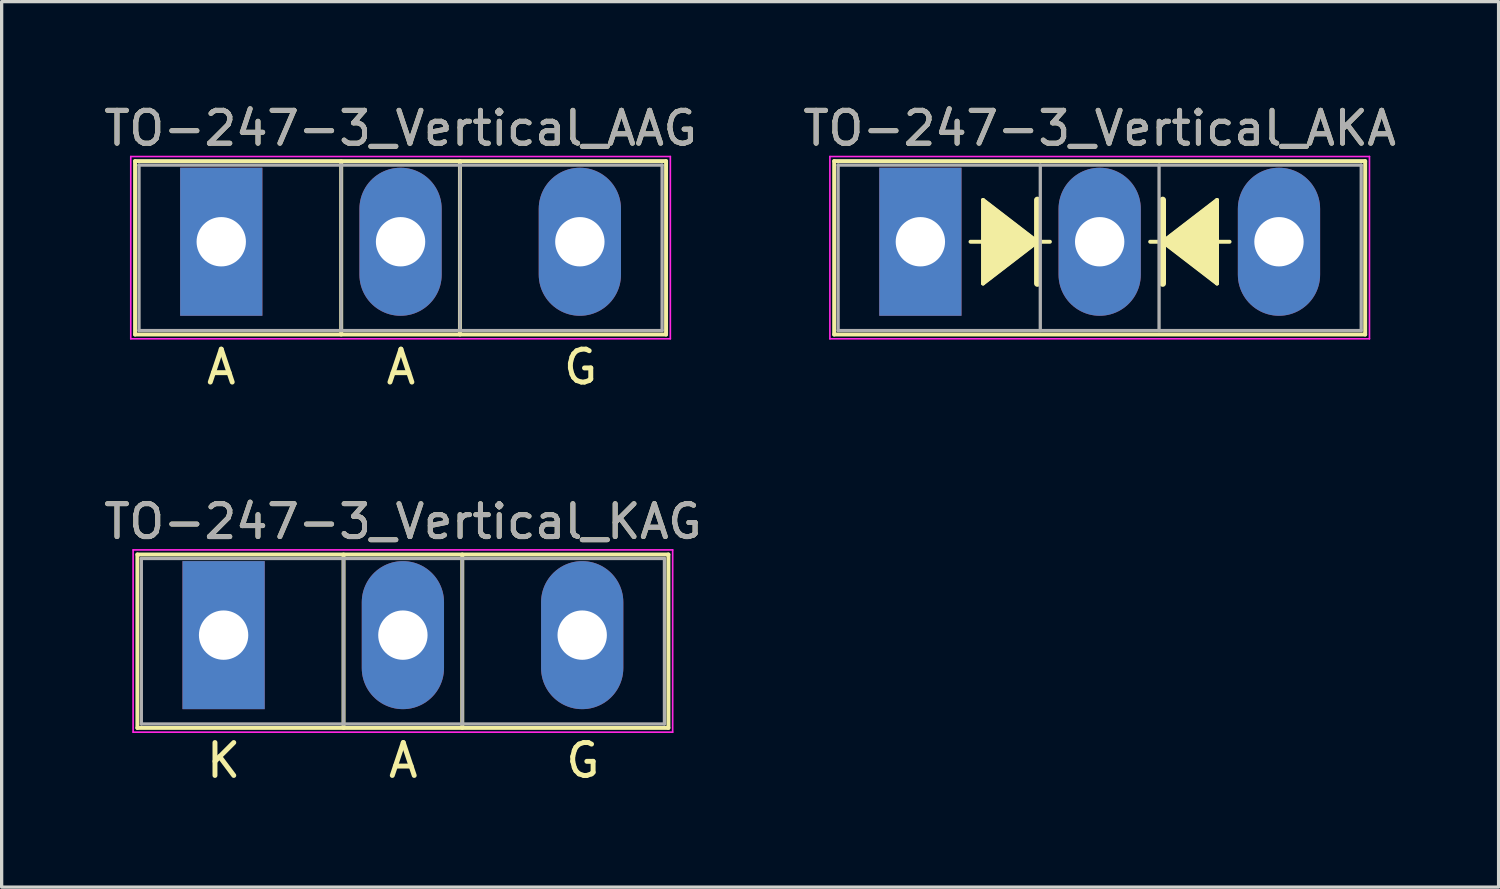
<source format=kicad_pcb>
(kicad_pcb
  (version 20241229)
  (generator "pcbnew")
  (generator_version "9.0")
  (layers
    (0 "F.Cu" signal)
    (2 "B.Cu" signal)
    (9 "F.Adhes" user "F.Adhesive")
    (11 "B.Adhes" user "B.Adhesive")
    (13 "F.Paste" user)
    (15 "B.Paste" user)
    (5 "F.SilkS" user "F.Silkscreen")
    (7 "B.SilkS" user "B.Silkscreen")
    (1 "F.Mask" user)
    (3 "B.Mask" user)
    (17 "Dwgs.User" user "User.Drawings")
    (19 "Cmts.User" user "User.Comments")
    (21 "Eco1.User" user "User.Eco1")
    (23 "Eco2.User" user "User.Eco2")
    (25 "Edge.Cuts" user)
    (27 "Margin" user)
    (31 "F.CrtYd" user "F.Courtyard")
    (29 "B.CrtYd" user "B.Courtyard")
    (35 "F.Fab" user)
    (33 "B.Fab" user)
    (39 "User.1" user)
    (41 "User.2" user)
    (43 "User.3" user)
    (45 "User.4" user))
  (footprint "TO-247-3_Vertical_AAG"
    (layer "F.Cu")
    (at 3.675 4.298)
    (property "Reference" "TO-247-3_Vertical_AAG" (at 5.45 -3.45 0) (layer "F.SilkS") (effects (font (size 1 1) (thickness 0.15))))
    (fp_line (start -2.62 -2.451) (end -2.62 2.82) (stroke (width 0.12) (type solid)) (layer "F.SilkS"))
    (fp_line (start -2.62 -2.451) (end 13.52 -2.451) (stroke (width 0.12) (type solid)) (layer "F.SilkS"))
    (fp_line (start -2.62 2.82) (end 13.52 2.82) (stroke (width 0.12) (type solid)) (layer "F.SilkS"))
    (fp_line (start 3.646 -2.451) (end 3.646 2.82) (stroke (width 0.12) (type solid)) (layer "F.SilkS"))
    (fp_line (start 7.255 -2.451) (end 7.255 2.82) (stroke (width 0.12) (type solid)) (layer "F.SilkS"))
    (fp_line (start 13.52 -2.451) (end 13.52 2.82) (stroke (width 0.12) (type solid)) (layer "F.SilkS"))
    (fp_line (start -2.75 -2.59) (end -2.75 2.95) (stroke (width 0.05) (type solid)) (layer "F.CrtYd"))
    (fp_line (start -2.75 2.95) (end 13.65 2.95) (stroke (width 0.05) (type solid)) (layer "F.CrtYd"))
    (fp_line (start 13.65 -2.59) (end -2.75 -2.59) (stroke (width 0.05) (type solid)) (layer "F.CrtYd"))
    (fp_line (start 13.65 2.95) (end 13.65 -2.59) (stroke (width 0.05) (type solid)) (layer "F.CrtYd"))
    (fp_line (start -2.5 -2.33) (end -2.5 2.7) (stroke (width 0.1) (type solid)) (layer "F.Fab"))
    (fp_line (start -2.5 2.7) (end 13.4 2.7) (stroke (width 0.1) (type solid)) (layer "F.Fab"))
    (fp_line (start 3.645 -2.33) (end 3.645 2.7) (stroke (width 0.1) (type solid)) (layer "F.Fab"))
    (fp_line (start 7.255 -2.33) (end 7.255 2.7) (stroke (width 0.1) (type solid)) (layer "F.Fab"))
    (fp_line (start 13.4 -2.33) (end -2.5 -2.33) (stroke (width 0.1) (type solid)) (layer "F.Fab"))
    (fp_line (start 13.4 2.7) (end 13.4 -2.33) (stroke (width 0.1) (type solid)) (layer "F.Fab"))
    (fp_text user "A" (at 5.461 3.81 0) (unlocked yes) (layer "F.SilkS") (effects (font (size 1 1) (thickness 0.15))))
    (fp_text user "A" (at 0 3.81 0) (unlocked yes) (layer "F.SilkS") (effects (font (size 1 1) (thickness 0.15))))
    (fp_text user "G" (at 10.922 3.81 0) (unlocked yes) (layer "F.SilkS") (effects (font (size 1 1) (thickness 0.15))))
    (fp_text user "${REFERENCE}" (at 5.45 -3.45 0) (layer "F.Fab") (effects (font (size 1 1) (thickness 0.15))))
    (pad "1" thru_hole rect (at 0 0) (size 2.5 4.5) (drill 1.5) (layers "*.Cu" "*.Mask"))
    (pad "2" thru_hole oval (at 5.45 0) (size 2.5 4.5) (drill 1.5) (layers "*.Cu" "*.Mask"))
    (pad "3" thru_hole oval (at 10.9 0) (size 2.5 4.5) (drill 1.5) (layers "*.Cu" "*.Mask")))
  (footprint "TO-247-3_Vertical_KAG"
    (layer "F.Cu")
    (at 3.746 16.255)
    (property "Reference" "TO-247-3_Vertical_KAG" (at 5.45 -3.45 0) (layer "F.SilkS") (effects (font (size 1 1) (thickness 0.15))))
    (fp_line (start -2.62 -2.451) (end -2.62 2.82) (stroke (width 0.12) (type solid)) (layer "F.SilkS"))
    (fp_line (start -2.62 -2.451) (end 13.52 -2.451) (stroke (width 0.12) (type solid)) (layer "F.SilkS"))
    (fp_line (start -2.62 2.82) (end 13.52 2.82) (stroke (width 0.12) (type solid)) (layer "F.SilkS"))
    (fp_line (start 3.646 -2.451) (end 3.646 2.82) (stroke (width 0.12) (type solid)) (layer "F.SilkS"))
    (fp_line (start 7.255 -2.451) (end 7.255 2.82) (stroke (width 0.12) (type solid)) (layer "F.SilkS"))
    (fp_line (start 13.52 -2.451) (end 13.52 2.82) (stroke (width 0.12) (type solid)) (layer "F.SilkS"))
    (fp_line (start -2.75 -2.59) (end -2.75 2.95) (stroke (width 0.05) (type solid)) (layer "F.CrtYd"))
    (fp_line (start -2.75 2.95) (end 13.65 2.95) (stroke (width 0.05) (type solid)) (layer "F.CrtYd"))
    (fp_line (start 13.65 -2.59) (end -2.75 -2.59) (stroke (width 0.05) (type solid)) (layer "F.CrtYd"))
    (fp_line (start 13.65 2.95) (end 13.65 -2.59) (stroke (width 0.05) (type solid)) (layer "F.CrtYd"))
    (fp_line (start -2.5 -2.33) (end -2.5 2.7) (stroke (width 0.1) (type solid)) (layer "F.Fab"))
    (fp_line (start -2.5 2.7) (end 13.4 2.7) (stroke (width 0.1) (type solid)) (layer "F.Fab"))
    (fp_line (start 3.645 -2.33) (end 3.645 2.7) (stroke (width 0.1) (type solid)) (layer "F.Fab"))
    (fp_line (start 7.255 -2.33) (end 7.255 2.7) (stroke (width 0.1) (type solid)) (layer "F.Fab"))
    (fp_line (start 13.4 -2.33) (end -2.5 -2.33) (stroke (width 0.1) (type solid)) (layer "F.Fab"))
    (fp_line (start 13.4 2.7) (end 13.4 -2.33) (stroke (width 0.1) (type solid)) (layer "F.Fab"))
    (fp_text user "K" (at 0 3.81 0) (unlocked yes) (layer "F.SilkS") (effects (font (size 1 1) (thickness 0.15))))
    (fp_text user "A" (at 5.461 3.81 0) (unlocked yes) (layer "F.SilkS") (effects (font (size 1 1) (thickness 0.15))))
    (fp_text user "G" (at 10.922 3.81 0) (unlocked yes) (layer "F.SilkS") (effects (font (size 1 1) (thickness 0.15))))
    (fp_text user "${REFERENCE}" (at 5.45 -3.45 0) (layer "F.Fab") (effects (font (size 1 1) (thickness 0.15))))
    (pad "1" thru_hole rect (at 0 0) (size 2.5 4.5) (drill 1.5) (layers "*.Cu" "*.Mask"))
    (pad "2" thru_hole oval (at 5.45 0) (size 2.5 4.5) (drill 1.5) (layers "*.Cu" "*.Mask"))
    (pad "3" thru_hole oval (at 10.9 0) (size 2.5 4.5) (drill 1.5) (layers "*.Cu" "*.Mask")))
  (footprint "TO-247-3_Vertical_AKA"
    (layer "F.Cu")
    (at 24.925 4.298)
    (property "Reference" "TO-247-3_Vertical_AKA" (at 5.45 -3.45 0) (layer "F.SilkS") (effects (font (size 1 1) (thickness 0.15))))
    (attr through_hole)
    (fp_line (start -2.62 -2.451) (end -2.62 2.82) (stroke (width 0.12) (type solid)) (layer "F.SilkS"))
    (fp_line (start -2.62 -2.451) (end 13.52 -2.451) (stroke (width 0.12) (type solid)) (layer "F.SilkS"))
    (fp_line (start -2.62 2.82) (end 13.52 2.82) (stroke (width 0.12) (type solid)) (layer "F.SilkS"))
    (fp_line (start 1.524 0) (end 1.905 0) (stroke (width 0.12) (type solid)) (layer "F.SilkS"))
    (fp_line (start 1.905 -1.27) (end 1.905 1.27) (stroke (width 0.12) (type solid)) (layer "F.SilkS"))
    (fp_line (start 1.905 1.27) (end 3.556 0) (stroke (width 0.12) (type solid)) (layer "F.SilkS"))
    (fp_line (start 3.556 0) (end 1.905 -1.27) (stroke (width 0.12) (type solid)) (layer "F.SilkS"))
    (fp_line (start 3.556 0) (end 3.556 -1.27) (stroke (width 0.2) (type solid)) (layer "F.SilkS"))
    (fp_line (start 3.556 1.27) (end 3.556 0) (stroke (width 0.2) (type solid)) (layer "F.SilkS"))
    (fp_line (start 3.937 0) (end 3.556 0) (stroke (width 0.12) (type solid)) (layer "F.SilkS"))
    (fp_line (start 6.985 0) (end 7.366 0) (stroke (width 0.12) (type solid)) (layer "F.SilkS"))
    (fp_line (start 7.366 -1.27) (end 7.366 0) (stroke (width 0.2) (type solid)) (layer "F.SilkS"))
    (fp_line (start 7.366 0) (end 7.366 1.27) (stroke (width 0.2) (type solid)) (layer "F.SilkS"))
    (fp_line (start 7.366 0) (end 9.017 1.27) (stroke (width 0.12) (type solid)) (layer "F.SilkS"))
    (fp_line (start 9.017 -1.27) (end 7.366 0) (stroke (width 0.12) (type solid)) (layer "F.SilkS"))
    (fp_line (start 9.017 1.27) (end 9.017 -1.27) (stroke (width 0.12) (type solid)) (layer "F.SilkS"))
    (fp_line (start 9.398 0) (end 9.017 0) (stroke (width 0.12) (type solid)) (layer "F.SilkS"))
    (fp_line (start 13.52 -2.451) (end 13.52 2.82) (stroke (width 0.12) (type solid)) (layer "F.SilkS"))
    (fp_poly (pts (xy 3.556 0) (xy 1.905 1.27) (xy 1.905 -1.27)) (stroke (width 0.1) (type solid)) (fill yes) (layer "F.SilkS"))
    (fp_poly (pts (xy 9.017 1.27) (xy 7.366 0) (xy 9.017 -1.27)) (stroke (width 0.1) (type solid)) (fill yes) (layer "F.SilkS"))
    (fp_line (start -2.75 -2.59) (end -2.75 2.95) (stroke (width 0.05) (type solid)) (layer "F.CrtYd"))
    (fp_line (start -2.75 2.95) (end 13.65 2.95) (stroke (width 0.05) (type solid)) (layer "F.CrtYd"))
    (fp_line (start 13.65 -2.59) (end -2.75 -2.59) (stroke (width 0.05) (type solid)) (layer "F.CrtYd"))
    (fp_line (start 13.65 2.95) (end 13.65 -2.59) (stroke (width 0.05) (type solid)) (layer "F.CrtYd"))
    (fp_line (start -2.5 -2.33) (end -2.5 2.7) (stroke (width 0.1) (type solid)) (layer "F.Fab"))
    (fp_line (start -2.5 2.7) (end 13.4 2.7) (stroke (width 0.1) (type solid)) (layer "F.Fab"))
    (fp_line (start 3.645 -2.33) (end 3.645 2.7) (stroke (width 0.1) (type solid)) (layer "F.Fab"))
    (fp_line (start 7.255 -2.33) (end 7.255 2.7) (stroke (width 0.1) (type solid)) (layer "F.Fab"))
    (fp_line (start 13.4 -2.33) (end -2.5 -2.33) (stroke (width 0.1) (type solid)) (layer "F.Fab"))
    (fp_line (start 13.4 2.7) (end 13.4 -2.33) (stroke (width 0.1) (type solid)) (layer "F.Fab"))
    (fp_text user "${REFERENCE}" (at 5.45 -3.45 0) (layer "F.Fab") (effects (font (size 1 1) (thickness 0.15))))
    (pad "1" thru_hole rect (at 0 0) (size 2.5 4.5) (drill 1.5) (layers "*.Cu" "*.Mask"))
    (pad "2" thru_hole oval (at 5.45 0) (size 2.5 4.5) (drill 1.5) (layers "*.Cu" "*.Mask"))
    (pad "3" thru_hole oval (at 10.9 0) (size 2.5 4.5) (drill 1.5) (layers "*.Cu" "*.Mask")))
  (gr_rect
    (start -3 -3)
    (end 42.5 23.913)
    (stroke (width 0.1) (type default))
    (fill no)
    (layer "Edge.Cuts")))
</source>
